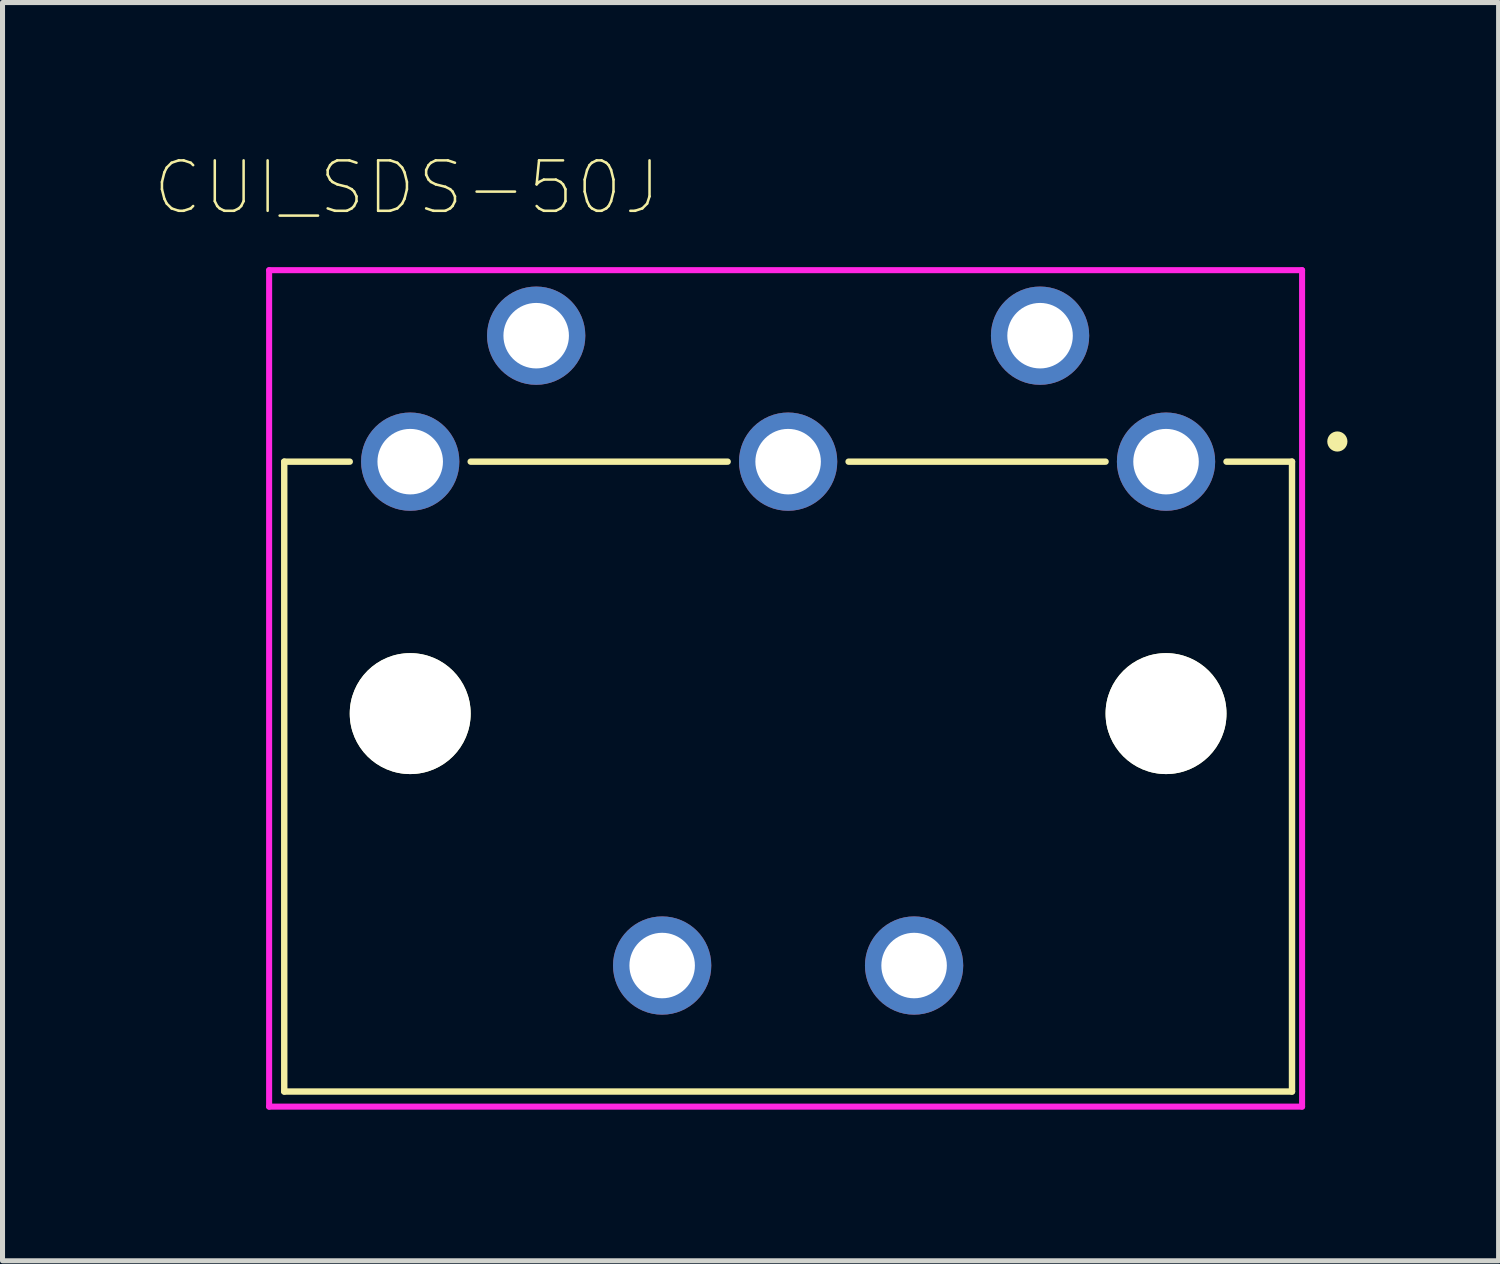
<source format=kicad_pcb>
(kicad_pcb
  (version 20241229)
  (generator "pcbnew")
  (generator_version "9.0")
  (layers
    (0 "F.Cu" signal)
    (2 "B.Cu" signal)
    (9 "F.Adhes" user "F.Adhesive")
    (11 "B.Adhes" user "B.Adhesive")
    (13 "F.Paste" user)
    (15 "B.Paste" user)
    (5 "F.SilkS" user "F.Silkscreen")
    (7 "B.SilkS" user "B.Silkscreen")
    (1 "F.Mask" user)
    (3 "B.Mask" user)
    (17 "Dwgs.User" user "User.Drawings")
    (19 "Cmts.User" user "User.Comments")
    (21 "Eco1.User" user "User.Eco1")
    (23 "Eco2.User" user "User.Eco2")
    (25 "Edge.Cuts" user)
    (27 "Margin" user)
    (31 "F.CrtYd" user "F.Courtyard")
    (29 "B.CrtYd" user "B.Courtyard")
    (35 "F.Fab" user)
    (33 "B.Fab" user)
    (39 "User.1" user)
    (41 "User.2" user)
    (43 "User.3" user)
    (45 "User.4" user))
  (footprint "CUI_SDS-50J"
    (layer "F.Cu")
    (at 12.591 6.112)
    (property "Reference" "CUI_SDS-50J" (at -7.565 -5.439 0) (layer "F.SilkS") (effects (font (size 1.001 1.001) (thickness 0.05))))
    (attr through_hole)
    (fp_line (start -10 0) (end -10 12.5) (stroke (width 0.127) (type solid)) (layer "F.SilkS"))
    (fp_line (start -10 0) (end -8.7 0) (stroke (width 0.127) (type solid)) (layer "F.SilkS"))
    (fp_line (start -10 12.5) (end 10 12.5) (stroke (width 0.127) (type solid)) (layer "F.SilkS"))
    (fp_line (start -6.3 0) (end -1.2 0) (stroke (width 0.127) (type solid)) (layer "F.SilkS"))
    (fp_line (start 1.2 0) (end 6.3 0) (stroke (width 0.127) (type solid)) (layer "F.SilkS"))
    (fp_line (start 10 0) (end 8.7 0) (stroke (width 0.127) (type solid)) (layer "F.SilkS"))
    (fp_line (start 10 12.5) (end 10 0) (stroke (width 0.127) (type solid)) (layer "F.SilkS"))
    (fp_circle (center 10.9 -0.4) (end 11 -0.4) (stroke (width 0.2) (type solid)) (fill no) (layer "F.SilkS"))
    (fp_line (start -10.25 -3.75) (end 10.25 -3.75) (stroke (width 0.05) (type solid)) (layer "Eco1.User"))
    (fp_line (start -10.25 12.75) (end -10.25 -3.75) (stroke (width 0.05) (type solid)) (layer "Eco1.User"))
    (fp_line (start 10.25 -3.75) (end 10.25 12.75) (stroke (width 0.05) (type solid)) (layer "Eco1.User"))
    (fp_line (start 10.25 12.75) (end -10.25 12.75) (stroke (width 0.05) (type solid)) (layer "Eco1.User"))
    (fp_line (start -10 0) (end -10 12.5) (stroke (width 0.127) (type solid)) (layer "Eco2.User"))
    (fp_line (start -10 12.5) (end 10 12.5) (stroke (width 0.127) (type solid)) (layer "Eco2.User"))
    (fp_line (start 10 0) (end -10 0) (stroke (width 0.127) (type solid)) (layer "Eco2.User"))
    (fp_line (start 10 12.5) (end 10 0) (stroke (width 0.127) (type solid)) (layer "Eco2.User"))
    (fp_circle (center 10.9 -0.4) (end 11 -0.4) (stroke (width 0.2) (type solid)) (fill no) (layer "Eco2.User"))
    (fp_line (start -10.3 -3.8) (end 10.2 -3.8) (stroke (width 0.12) (type solid)) (layer "F.CrtYd"))
    (fp_line (start -10.3 12.8) (end -10.3 -3.8) (stroke (width 0.12) (type solid)) (layer "F.CrtYd"))
    (fp_line (start 10.2 -3.8) (end 10.2 12.8) (stroke (width 0.12) (type solid)) (layer "F.CrtYd"))
    (fp_line (start 10.2 12.8) (end -10.3 12.8) (stroke (width 0.12) (type solid)) (layer "F.CrtYd"))
    (pad "" np_thru_hole circle (at -7.5 5) (size 2.4 2.4) (drill 2.4) (layers "*.Cu" "*.Mask" "F.SilkS"))
    (pad "" np_thru_hole circle (at 7.5 5) (size 2.4 2.4) (drill 2.4) (layers "*.Cu" "*.Mask" "F.SilkS"))
    (pad "1" thru_hole circle (at 7.5 0) (size 1.95 1.95) (drill 1.3) (layers "*.Cu" "*.Mask"))
    (pad "2" thru_hole circle (at 0 0) (size 1.95 1.95) (drill 1.3) (layers "*.Cu" "*.Mask"))
    (pad "3" thru_hole circle (at -7.5 0) (size 1.95 1.95) (drill 1.3) (layers "*.Cu" "*.Mask"))
    (pad "4" thru_hole circle (at 5 -2.5) (size 1.95 1.95) (drill 1.3) (layers "*.Cu" "*.Mask"))
    (pad "5" thru_hole circle (at -5 -2.5) (size 1.95 1.95) (drill 1.3) (layers "*.Cu" "*.Mask"))
    (pad "S1" thru_hole circle (at -2.5 10) (size 1.95 1.95) (drill 1.3) (layers "*.Cu" "*.Mask"))
    (pad "S2" thru_hole circle (at 2.5 10) (size 1.95 1.95) (drill 1.3) (layers "*.Cu" "*.Mask")))
  (gr_rect
    (start -3 -3)
    (end 26.691 21.972)
    (stroke (width 0.1) (type default))
    (fill no)
    (layer "Edge.Cuts")))
</source>
